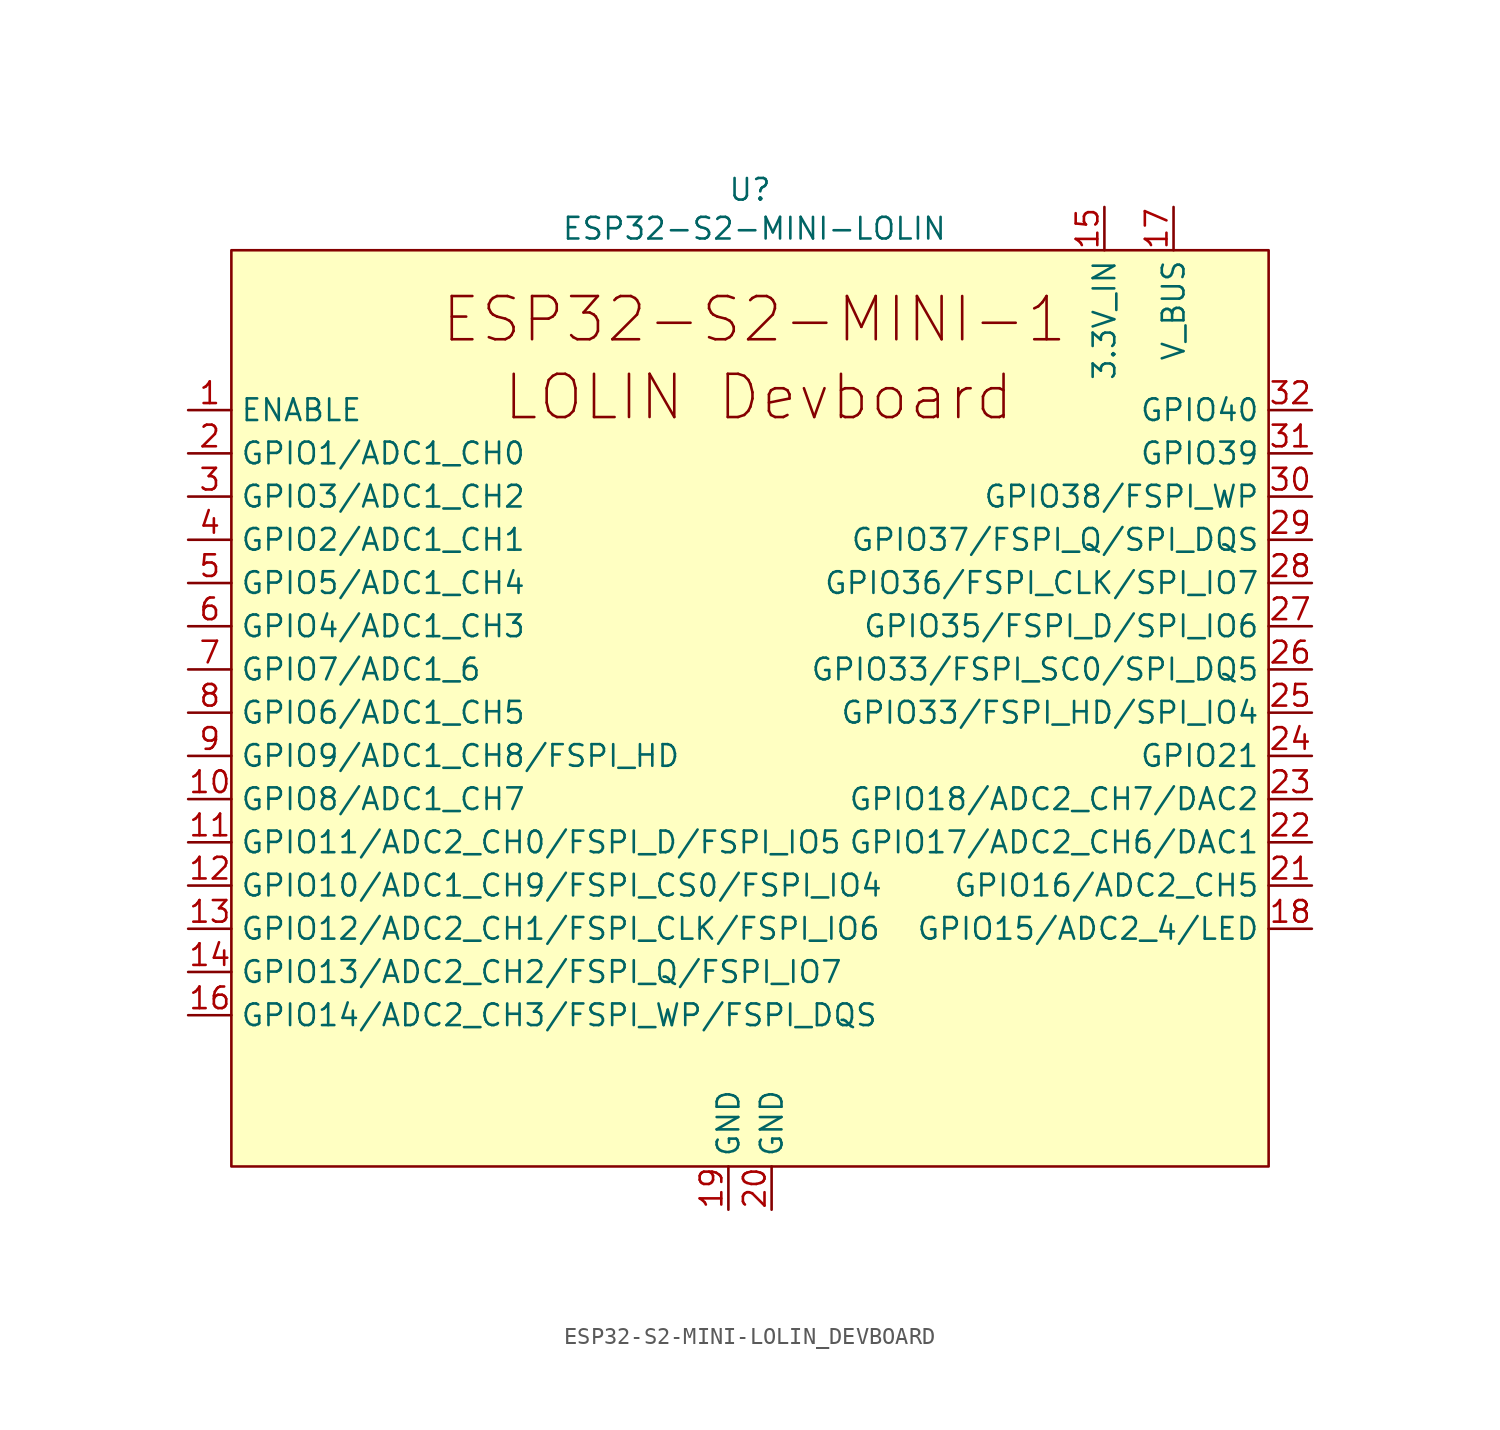
<source format=kicad_sym>
(kicad_symbol_lib
  (version 20220914)
  (generator kicad_symbol_editor)
  (symbol "ESP32-S2-MINI-LOLIN_DEVBOARD"
    (property "Reference" "U"
      (at 0 23.368 0)
      (effects (font (size 1.27 1.27))))
    (property "Value" "ESP32-S2-MINI-LOLIN"
      (at 0.254 21.082 0)
      (effects (font (size 1.27 1.27))))
    (symbol "ESP32-S2-MINI-LOLIN_DEVBOARD_0_1"
      (rectangle (start -30.48 19.812) (end 30.48 -34.036) (stroke (width 0) (type default)) (fill (type background))))
    (symbol "ESP32-S2-MINI-LOLIN_DEVBOARD_1_0"
      (pin passive line (at -33.02 10.414 0) (length 2.54) (name "ENABLE" (effects (font (size 1.27 1.27)))) (number "1" (effects (font (size 1.27 1.27)))))
      (pin bidirectional line (at -33.02 7.874 0) (length 2.54) (name "GPIO1/ADC1_CH0" (effects (font (size 1.27 1.27)))) (number "2" (effects (font (size 1.27 1.27)))))
      (pin bidirectional line (at -33.02 2.794 0) (length 2.54) (name "GPIO2/ADC1_CH1" (effects (font (size 1.27 1.27)))) (number "4" (effects (font (size 1.27 1.27))))))
    (symbol "ESP32-S2-MINI-LOLIN_DEVBOARD_1_1"
      (text "ESP32-S2-MINI-1" (at 0.254 15.748 0) (effects (font (size 2.54 2.54))))
      (text "LOLIN Devboard" (at 0.508 11.176 0) (effects (font (size 2.54 2.54))))
      (pin bidirectional line (at -33.02 -12.446 0) (length 2.54) (name "GPIO8/ADC1_CH7" (effects (font (size 1.27 1.27)))) (number "10" (effects (font (size 1.27 1.27)))))
      (pin bidirectional line (at -33.02 -14.986 0) (length 2.54) (name "GPIO11/ADC2_CH0/FSPI_D/FSPI_IO5" (effects (font (size 1.27 1.27)))) (number "11" (effects (font (size 1.27 1.27)))))
      (pin bidirectional line (at -33.02 -17.526 0) (length 2.54) (name "GPIO10/ADC1_CH9/FSPI_CS0/FSPI_IO4" (effects (font (size 1.27 1.27)))) (number "12" (effects (font (size 1.27 1.27)))))
      (pin bidirectional line (at -33.02 -20.066 0) (length 2.54) (name "GPIO12/ADC2_CH1/FSPI_CLK/FSPI_IO6" (effects (font (size 1.27 1.27)))) (number "13" (effects (font (size 1.27 1.27)))))
      (pin bidirectional line (at -33.02 -22.606 0) (length 2.54) (name "GPIO13/ADC2_CH2/FSPI_Q/FSPI_IO7" (effects (font (size 1.27 1.27)))) (number "14" (effects (font (size 1.27 1.27)))))
      (pin bidirectional line (at 20.828 22.352 270) (length 2.54) (name "3.3V_IN" (effects (font (size 1.27 1.27)))) (number "15" (effects (font (size 1.27 1.27)))))
      (pin bidirectional line (at -33.02 -25.146 0) (length 2.54) (name "GPIO14/ADC2_CH3/FSPI_WP/FSPI_DQS" (effects (font (size 1.27 1.27)))) (number "16" (effects (font (size 1.27 1.27)))))
      (pin bidirectional line (at 24.892 22.352 270) (length 2.54) (name "V_BUS" (effects (font (size 1.27 1.27)))) (number "17" (effects (font (size 1.27 1.27)))))
      (pin bidirectional line (at 33.02 -20.066 180) (length 2.54) (name "GPIO15/ADC2_4/LED" (effects (font (size 1.27 1.27)))) (number "18" (effects (font (size 1.27 1.27)))))
      (pin power_in line (at -1.27 -36.576 90) (length 2.54) (name "GND" (effects (font (size 1.27 1.27)))) (number "19" (effects (font (size 1.27 1.27)))))
      (pin power_in line (at 1.27 -36.576 90) (length 2.54) (name "GND" (effects (font (size 1.27 1.27)))) (number "20" (effects (font (size 1.27 1.27)))))
      (pin bidirectional line (at 33.02 -17.526 180) (length 2.54) (name "GPIO16/ADC2_CH5" (effects (font (size 1.27 1.27)))) (number "21" (effects (font (size 1.27 1.27)))))
      (pin bidirectional line (at 33.02 -14.986 180) (length 2.54) (name "GPIO17/ADC2_CH6/DAC1" (effects (font (size 1.27 1.27)))) (number "22" (effects (font (size 1.27 1.27)))))
      (pin bidirectional line (at 33.02 -12.446 180) (length 2.54) (name "GPIO18/ADC2_CH7/DAC2" (effects (font (size 1.27 1.27)))) (number "23" (effects (font (size 1.27 1.27)))))
      (pin bidirectional line (at 33.02 -9.906 180) (length 2.54) (name "GPIO21" (effects (font (size 1.27 1.27)))) (number "24" (effects (font (size 1.27 1.27)))))
      (pin bidirectional line (at 33.02 -7.366 180) (length 2.54) (name "GPIO33/FSPI_HD/SPI_IO4" (effects (font (size 1.27 1.27)))) (number "25" (effects (font (size 1.27 1.27)))))
      (pin bidirectional line (at 33.02 -4.826 180) (length 2.54) (name "GPIO33/FSPI_SC0/SPI_DQ5" (effects (font (size 1.27 1.27)))) (number "26" (effects (font (size 1.27 1.27)))))
      (pin bidirectional line (at 33.02 -2.286 180) (length 2.54) (name "GPIO35/FSPI_D/SPI_IO6" (effects (font (size 1.27 1.27)))) (number "27" (effects (font (size 1.27 1.27)))))
      (pin bidirectional line (at 33.02 0.254 180) (length 2.54) (name "GPIO36/FSPI_CLK/SPI_IO7" (effects (font (size 1.27 1.27)))) (number "28" (effects (font (size 1.27 1.27)))))
      (pin bidirectional line (at 33.02 2.794 180) (length 2.54) (name "GPIO37/FSPI_Q/SPI_DQS" (effects (font (size 1.27 1.27)))) (number "29" (effects (font (size 1.27 1.27)))))
      (pin bidirectional line (at -33.02 5.334 0) (length 2.54) (name "GPIO3/ADC1_CH2" (effects (font (size 1.27 1.27)))) (number "3" (effects (font (size 1.27 1.27)))))
      (pin bidirectional line (at 33.02 5.334 180) (length 2.54) (name "GPIO38/FSPI_WP" (effects (font (size 1.27 1.27)))) (number "30" (effects (font (size 1.27 1.27)))))
      (pin bidirectional line (at 33.02 7.874 180) (length 2.54) (name "GPIO39" (effects (font (size 1.27 1.27)))) (number "31" (effects (font (size 1.27 1.27)))))
      (pin bidirectional line (at 33.02 10.414 180) (length 2.54) (name "GPIO40" (effects (font (size 1.27 1.27)))) (number "32" (effects (font (size 1.27 1.27)))))
      (pin bidirectional line (at -33.02 0.254 0) (length 2.54) (name "GPIO5/ADC1_CH4" (effects (font (size 1.27 1.27)))) (number "5" (effects (font (size 1.27 1.27)))))
      (pin bidirectional line (at -33.02 -2.286 0) (length 2.54) (name "GPIO4/ADC1_CH3" (effects (font (size 1.27 1.27)))) (number "6" (effects (font (size 1.27 1.27)))))
      (pin bidirectional line (at -33.02 -4.826 0) (length 2.54) (name "GPIO7/ADC1_6" (effects (font (size 1.27 1.27)))) (number "7" (effects (font (size 1.27 1.27)))))
      (pin bidirectional line (at -33.02 -7.366 0) (length 2.54) (name "GPIO6/ADC1_CH5" (effects (font (size 1.27 1.27)))) (number "8" (effects (font (size 1.27 1.27)))))
      (pin bidirectional line (at -33.02 -9.906 0) (length 2.54) (name "GPIO9/ADC1_CH8/FSPI_HD" (effects (font (size 1.27 1.27)))) (number "9" (effects (font (size 1.27 1.27))))))))
</source>
